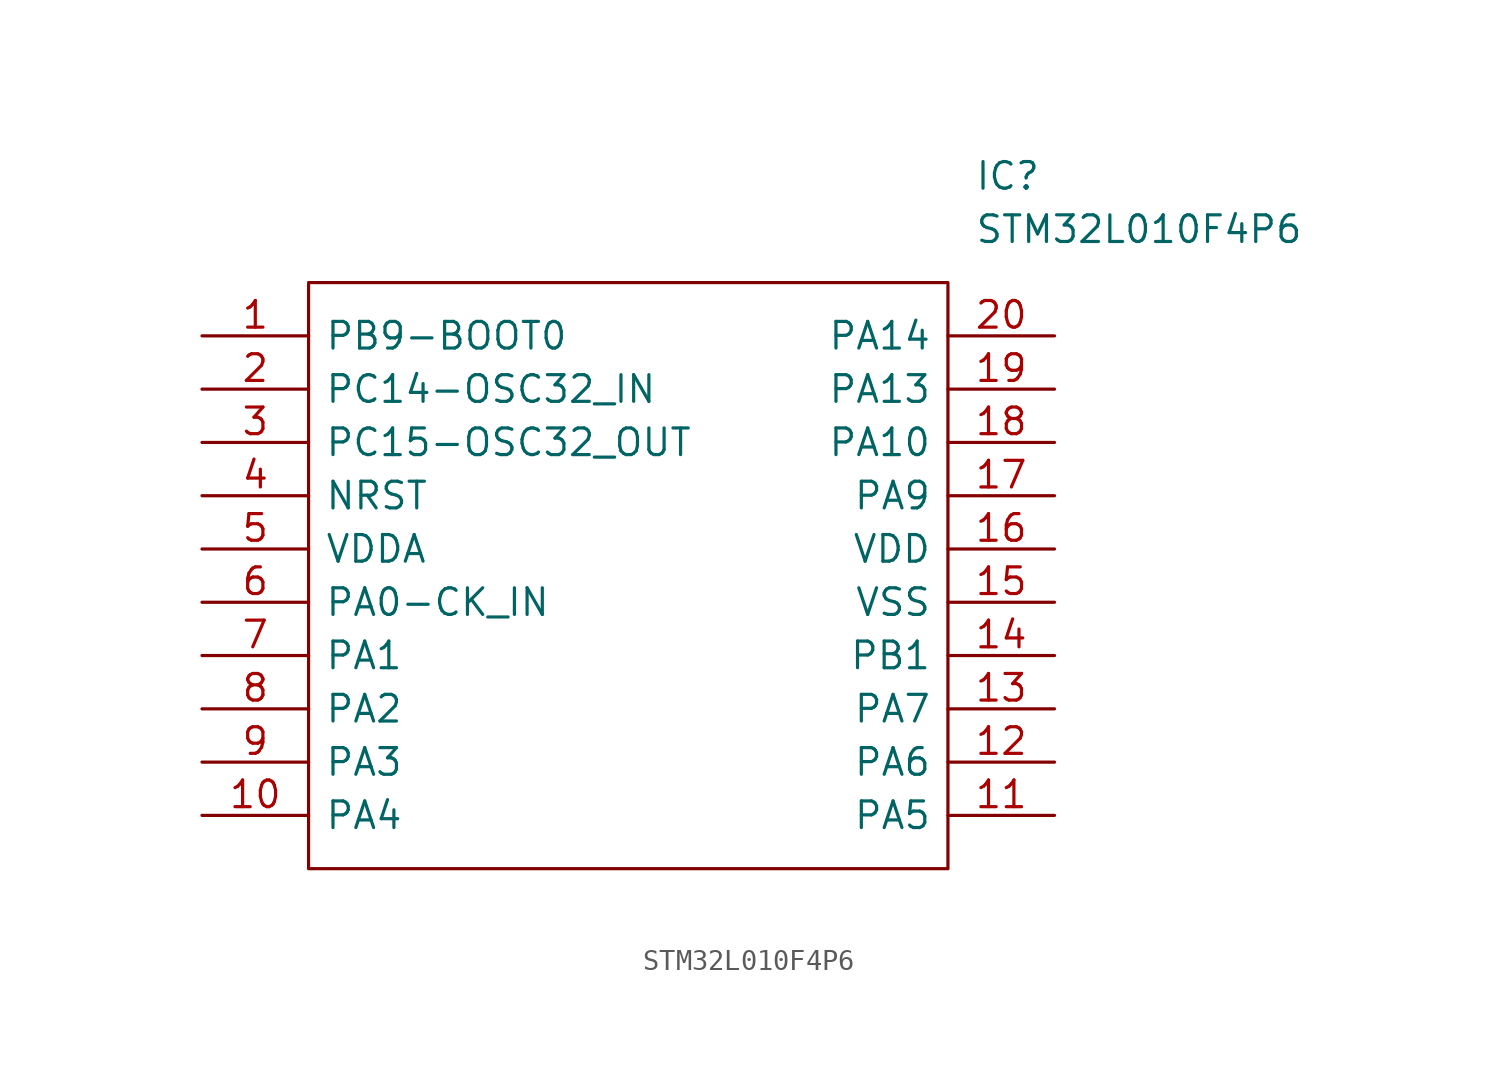
<source format=kicad_sym>
(kicad_symbol_lib
  (version 20211014)
  (generator kicad_symbol_editor)
  (symbol "STM32L010F4P6"
    (pin_names
      (offset 0.762))
    (property "Reference" "IC"
      (at 36.83 7.62 0)
      (effects (font (size 1.27 1.27)) (justify left)))
    (property "Value" "STM32L010F4P6"
      (at 36.83 5.08 0)
      (effects (font (size 1.27 1.27)) (justify left)))
    (symbol "STM32L010F4P6_0_0"
      (pin passive line (at 0 0 0) (length 5.08) (name "PB9-BOOT0" (effects (font (size 1.27 1.27)))) (number "1" (effects (font (size 1.27 1.27)))))
      (pin passive line (at 0 -22.86 0) (length 5.08) (name "PA4" (effects (font (size 1.27 1.27)))) (number "10" (effects (font (size 1.27 1.27)))))
      (pin passive line (at 40.64 -22.86 180) (length 5.08) (name "PA5" (effects (font (size 1.27 1.27)))) (number "11" (effects (font (size 1.27 1.27)))))
      (pin passive line (at 40.64 -20.32 180) (length 5.08) (name "PA6" (effects (font (size 1.27 1.27)))) (number "12" (effects (font (size 1.27 1.27)))))
      (pin passive line (at 40.64 -17.78 180) (length 5.08) (name "PA7" (effects (font (size 1.27 1.27)))) (number "13" (effects (font (size 1.27 1.27)))))
      (pin passive line (at 40.64 -15.24 180) (length 5.08) (name "PB1" (effects (font (size 1.27 1.27)))) (number "14" (effects (font (size 1.27 1.27)))))
      (pin passive line (at 40.64 -12.7 180) (length 5.08) (name "VSS" (effects (font (size 1.27 1.27)))) (number "15" (effects (font (size 1.27 1.27)))))
      (pin passive line (at 40.64 -10.16 180) (length 5.08) (name "VDD" (effects (font (size 1.27 1.27)))) (number "16" (effects (font (size 1.27 1.27)))))
      (pin passive line (at 40.64 -7.62 180) (length 5.08) (name "PA9" (effects (font (size 1.27 1.27)))) (number "17" (effects (font (size 1.27 1.27)))))
      (pin passive line (at 40.64 -5.08 180) (length 5.08) (name "PA10" (effects (font (size 1.27 1.27)))) (number "18" (effects (font (size 1.27 1.27)))))
      (pin passive line (at 40.64 -2.54 180) (length 5.08) (name "PA13" (effects (font (size 1.27 1.27)))) (number "19" (effects (font (size 1.27 1.27)))))
      (pin passive line (at 0 -2.54 0) (length 5.08) (name "PC14-OSC32_IN" (effects (font (size 1.27 1.27)))) (number "2" (effects (font (size 1.27 1.27)))))
      (pin passive line (at 40.64 0 180) (length 5.08) (name "PA14" (effects (font (size 1.27 1.27)))) (number "20" (effects (font (size 1.27 1.27)))))
      (pin passive line (at 0 -5.08 0) (length 5.08) (name "PC15-OSC32_OUT" (effects (font (size 1.27 1.27)))) (number "3" (effects (font (size 1.27 1.27)))))
      (pin passive line (at 0 -7.62 0) (length 5.08) (name "NRST" (effects (font (size 1.27 1.27)))) (number "4" (effects (font (size 1.27 1.27)))))
      (pin passive line (at 0 -10.16 0) (length 5.08) (name "VDDA" (effects (font (size 1.27 1.27)))) (number "5" (effects (font (size 1.27 1.27)))))
      (pin passive line (at 0 -12.7 0) (length 5.08) (name "PA0-CK_IN" (effects (font (size 1.27 1.27)))) (number "6" (effects (font (size 1.27 1.27)))))
      (pin passive line (at 0 -15.24 0) (length 5.08) (name "PA1" (effects (font (size 1.27 1.27)))) (number "7" (effects (font (size 1.27 1.27)))))
      (pin passive line (at 0 -17.78 0) (length 5.08) (name "PA2" (effects (font (size 1.27 1.27)))) (number "8" (effects (font (size 1.27 1.27)))))
      (pin passive line (at 0 -20.32 0) (length 5.08) (name "PA3" (effects (font (size 1.27 1.27)))) (number "9" (effects (font (size 1.27 1.27))))))
    (symbol "STM32L010F4P6_0_1"
      (polyline (pts (xy 5.08 2.54) (xy 35.56 2.54) (xy 35.56 -25.4) (xy 5.08 -25.4) (xy 5.08 2.54)) (stroke (width 0.152) (type default) (color 0 0 0 0)) (fill (type none))))))
</source>
